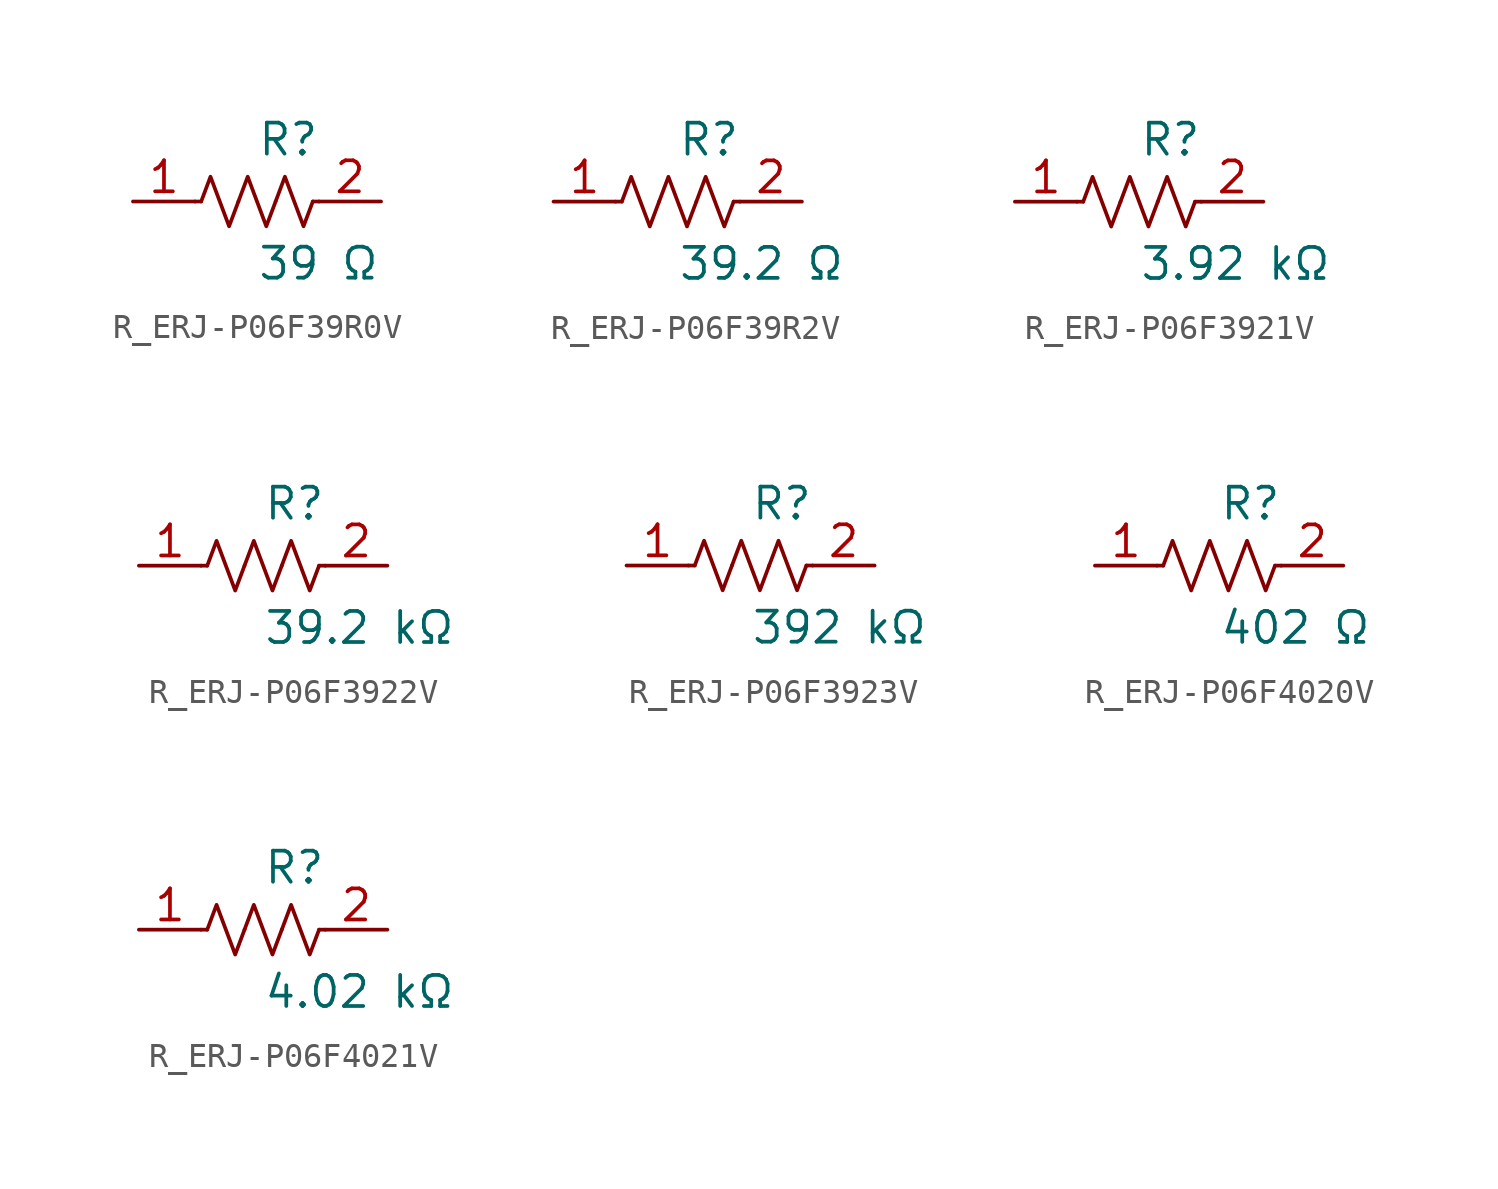
<source format=kicad_sym>
(kicad_symbol_lib
  (version 20231120)
  (generator kicad_symbol_editor)
  (generator_version 8.0)
  (symbol "R_ERJ-P06F39R0V"
    (pin_names
      (offset 0.254))
    (property "Reference" "R"
      (at 0 2.54 0)
      (effects (font (size 1.27 1.27)) (justify left)))
    (property "Value" "39 Ω"
      (at 0 -2.54 0)
      (effects (font (size 1.27 1.27)) (justify left)))
    (symbol "R_ERJ-P06F39R0V_0_1"
      (polyline (pts (xy 2.286 0) (xy 2.54 0)) (stroke (width 0) (type default)) (fill (type none)))
      (polyline (pts (xy -2.286 0) (xy -2.54 0)) (stroke (width 0) (type default)) (fill (type none)))
      (polyline (pts (xy 0.762 0) (xy 1.143 1.016) (xy 1.524 0) (xy 1.905 -1.016) (xy 2.286 0)) (stroke (width 0) (type default)) (fill (type none)))
      (polyline (pts (xy -0.762 0) (xy -0.381 1.016) (xy 0 0) (xy 0.381 -1.016) (xy 0.762 0)) (stroke (width 0) (type default)) (fill (type none)))
      (polyline (pts (xy -2.286 0) (xy -1.905 1.016) (xy -1.524 0) (xy -1.143 -1.016) (xy -0.762 0)) (stroke (width 0) (type default)) (fill (type none))))
    (pin passive line
      (at -5.08 0 0)
      (length 2.54)
      (name "" (effects (font (size 1.27 1.27))))
      (number "1" (effects (font (size 1.27 1.27)))))
    (pin passive line
      (at 5.08 0 180)
      (length 2.54)
      (name "" (effects (font (size 1.27 1.27))))
      (number "2" (effects (font (size 1.27 1.27))))))
  (symbol "R_ERJ-P06F39R2V"
    (pin_names
      (offset 0.254))
    (property "Reference" "R"
      (at 0 2.54 0)
      (effects (font (size 1.27 1.27)) (justify left)))
    (property "Value" "39.2 Ω"
      (at 0 -2.54 0)
      (effects (font (size 1.27 1.27)) (justify left)))
    (symbol "R_ERJ-P06F39R2V_0_1"
      (polyline (pts (xy 2.286 0) (xy 2.54 0)) (stroke (width 0) (type default)) (fill (type none)))
      (polyline (pts (xy -2.286 0) (xy -2.54 0)) (stroke (width 0) (type default)) (fill (type none)))
      (polyline (pts (xy 0.762 0) (xy 1.143 1.016) (xy 1.524 0) (xy 1.905 -1.016) (xy 2.286 0)) (stroke (width 0) (type default)) (fill (type none)))
      (polyline (pts (xy -0.762 0) (xy -0.381 1.016) (xy 0 0) (xy 0.381 -1.016) (xy 0.762 0)) (stroke (width 0) (type default)) (fill (type none)))
      (polyline (pts (xy -2.286 0) (xy -1.905 1.016) (xy -1.524 0) (xy -1.143 -1.016) (xy -0.762 0)) (stroke (width 0) (type default)) (fill (type none))))
    (pin passive line
      (at -5.08 0 0)
      (length 2.54)
      (name "" (effects (font (size 1.27 1.27))))
      (number "1" (effects (font (size 1.27 1.27)))))
    (pin passive line
      (at 5.08 0 180)
      (length 2.54)
      (name "" (effects (font (size 1.27 1.27))))
      (number "2" (effects (font (size 1.27 1.27))))))
  (symbol "R_ERJ-P06F3921V"
    (pin_names
      (offset 0.254))
    (property "Reference" "R"
      (at 0 2.54 0)
      (effects (font (size 1.27 1.27)) (justify left)))
    (property "Value" "3.92 kΩ"
      (at 0 -2.54 0)
      (effects (font (size 1.27 1.27)) (justify left)))
    (symbol "R_ERJ-P06F3921V_0_1"
      (polyline (pts (xy 2.286 0) (xy 2.54 0)) (stroke (width 0) (type default)) (fill (type none)))
      (polyline (pts (xy -2.286 0) (xy -2.54 0)) (stroke (width 0) (type default)) (fill (type none)))
      (polyline (pts (xy 0.762 0) (xy 1.143 1.016) (xy 1.524 0) (xy 1.905 -1.016) (xy 2.286 0)) (stroke (width 0) (type default)) (fill (type none)))
      (polyline (pts (xy -0.762 0) (xy -0.381 1.016) (xy 0 0) (xy 0.381 -1.016) (xy 0.762 0)) (stroke (width 0) (type default)) (fill (type none)))
      (polyline (pts (xy -2.286 0) (xy -1.905 1.016) (xy -1.524 0) (xy -1.143 -1.016) (xy -0.762 0)) (stroke (width 0) (type default)) (fill (type none))))
    (pin passive line
      (at -5.08 0 0)
      (length 2.54)
      (name "" (effects (font (size 1.27 1.27))))
      (number "1" (effects (font (size 1.27 1.27)))))
    (pin passive line
      (at 5.08 0 180)
      (length 2.54)
      (name "" (effects (font (size 1.27 1.27))))
      (number "2" (effects (font (size 1.27 1.27))))))
  (symbol "R_ERJ-P06F3922V"
    (pin_names
      (offset 0.254))
    (property "Reference" "R"
      (at 0 2.54 0)
      (effects (font (size 1.27 1.27)) (justify left)))
    (property "Value" "39.2 kΩ"
      (at 0 -2.54 0)
      (effects (font (size 1.27 1.27)) (justify left)))
    (symbol "R_ERJ-P06F3922V_0_1"
      (polyline (pts (xy 2.286 0) (xy 2.54 0)) (stroke (width 0) (type default)) (fill (type none)))
      (polyline (pts (xy -2.286 0) (xy -2.54 0)) (stroke (width 0) (type default)) (fill (type none)))
      (polyline (pts (xy 0.762 0) (xy 1.143 1.016) (xy 1.524 0) (xy 1.905 -1.016) (xy 2.286 0)) (stroke (width 0) (type default)) (fill (type none)))
      (polyline (pts (xy -0.762 0) (xy -0.381 1.016) (xy 0 0) (xy 0.381 -1.016) (xy 0.762 0)) (stroke (width 0) (type default)) (fill (type none)))
      (polyline (pts (xy -2.286 0) (xy -1.905 1.016) (xy -1.524 0) (xy -1.143 -1.016) (xy -0.762 0)) (stroke (width 0) (type default)) (fill (type none))))
    (pin passive line
      (at -5.08 0 0)
      (length 2.54)
      (name "" (effects (font (size 1.27 1.27))))
      (number "1" (effects (font (size 1.27 1.27)))))
    (pin passive line
      (at 5.08 0 180)
      (length 2.54)
      (name "" (effects (font (size 1.27 1.27))))
      (number "2" (effects (font (size 1.27 1.27))))))
  (symbol "R_ERJ-P06F3923V"
    (pin_names
      (offset 0.254))
    (property "Reference" "R"
      (at 0 2.54 0)
      (effects (font (size 1.27 1.27)) (justify left)))
    (property "Value" "392 kΩ"
      (at 0 -2.54 0)
      (effects (font (size 1.27 1.27)) (justify left)))
    (symbol "R_ERJ-P06F3923V_0_1"
      (polyline (pts (xy 2.286 0) (xy 2.54 0)) (stroke (width 0) (type default)) (fill (type none)))
      (polyline (pts (xy -2.286 0) (xy -2.54 0)) (stroke (width 0) (type default)) (fill (type none)))
      (polyline (pts (xy 0.762 0) (xy 1.143 1.016) (xy 1.524 0) (xy 1.905 -1.016) (xy 2.286 0)) (stroke (width 0) (type default)) (fill (type none)))
      (polyline (pts (xy -0.762 0) (xy -0.381 1.016) (xy 0 0) (xy 0.381 -1.016) (xy 0.762 0)) (stroke (width 0) (type default)) (fill (type none)))
      (polyline (pts (xy -2.286 0) (xy -1.905 1.016) (xy -1.524 0) (xy -1.143 -1.016) (xy -0.762 0)) (stroke (width 0) (type default)) (fill (type none))))
    (pin passive line
      (at -5.08 0 0)
      (length 2.54)
      (name "" (effects (font (size 1.27 1.27))))
      (number "1" (effects (font (size 1.27 1.27)))))
    (pin passive line
      (at 5.08 0 180)
      (length 2.54)
      (name "" (effects (font (size 1.27 1.27))))
      (number "2" (effects (font (size 1.27 1.27))))))
  (symbol "R_ERJ-P06F4020V"
    (pin_names
      (offset 0.254))
    (property "Reference" "R"
      (at 0 2.54 0)
      (effects (font (size 1.27 1.27)) (justify left)))
    (property "Value" "402 Ω"
      (at 0 -2.54 0)
      (effects (font (size 1.27 1.27)) (justify left)))
    (symbol "R_ERJ-P06F4020V_0_1"
      (polyline (pts (xy 2.286 0) (xy 2.54 0)) (stroke (width 0) (type default)) (fill (type none)))
      (polyline (pts (xy -2.286 0) (xy -2.54 0)) (stroke (width 0) (type default)) (fill (type none)))
      (polyline (pts (xy 0.762 0) (xy 1.143 1.016) (xy 1.524 0) (xy 1.905 -1.016) (xy 2.286 0)) (stroke (width 0) (type default)) (fill (type none)))
      (polyline (pts (xy -0.762 0) (xy -0.381 1.016) (xy 0 0) (xy 0.381 -1.016) (xy 0.762 0)) (stroke (width 0) (type default)) (fill (type none)))
      (polyline (pts (xy -2.286 0) (xy -1.905 1.016) (xy -1.524 0) (xy -1.143 -1.016) (xy -0.762 0)) (stroke (width 0) (type default)) (fill (type none))))
    (pin passive line
      (at -5.08 0 0)
      (length 2.54)
      (name "" (effects (font (size 1.27 1.27))))
      (number "1" (effects (font (size 1.27 1.27)))))
    (pin passive line
      (at 5.08 0 180)
      (length 2.54)
      (name "" (effects (font (size 1.27 1.27))))
      (number "2" (effects (font (size 1.27 1.27))))))
  (symbol "R_ERJ-P06F4021V"
    (pin_names
      (offset 0.254))
    (property "Reference" "R"
      (at 0 2.54 0)
      (effects (font (size 1.27 1.27)) (justify left)))
    (property "Value" "4.02 kΩ"
      (at 0 -2.54 0)
      (effects (font (size 1.27 1.27)) (justify left)))
    (symbol "R_ERJ-P06F4021V_0_1"
      (polyline (pts (xy 2.286 0) (xy 2.54 0)) (stroke (width 0) (type default)) (fill (type none)))
      (polyline (pts (xy -2.286 0) (xy -2.54 0)) (stroke (width 0) (type default)) (fill (type none)))
      (polyline (pts (xy 0.762 0) (xy 1.143 1.016) (xy 1.524 0) (xy 1.905 -1.016) (xy 2.286 0)) (stroke (width 0) (type default)) (fill (type none)))
      (polyline (pts (xy -0.762 0) (xy -0.381 1.016) (xy 0 0) (xy 0.381 -1.016) (xy 0.762 0)) (stroke (width 0) (type default)) (fill (type none)))
      (polyline (pts (xy -2.286 0) (xy -1.905 1.016) (xy -1.524 0) (xy -1.143 -1.016) (xy -0.762 0)) (stroke (width 0) (type default)) (fill (type none))))
    (pin passive line
      (at -5.08 0 0)
      (length 2.54)
      (name "" (effects (font (size 1.27 1.27))))
      (number "1" (effects (font (size 1.27 1.27)))))
    (pin passive line
      (at 5.08 0 180)
      (length 2.54)
      (name "" (effects (font (size 1.27 1.27))))
      (number "2" (effects (font (size 1.27 1.27)))))))
</source>
